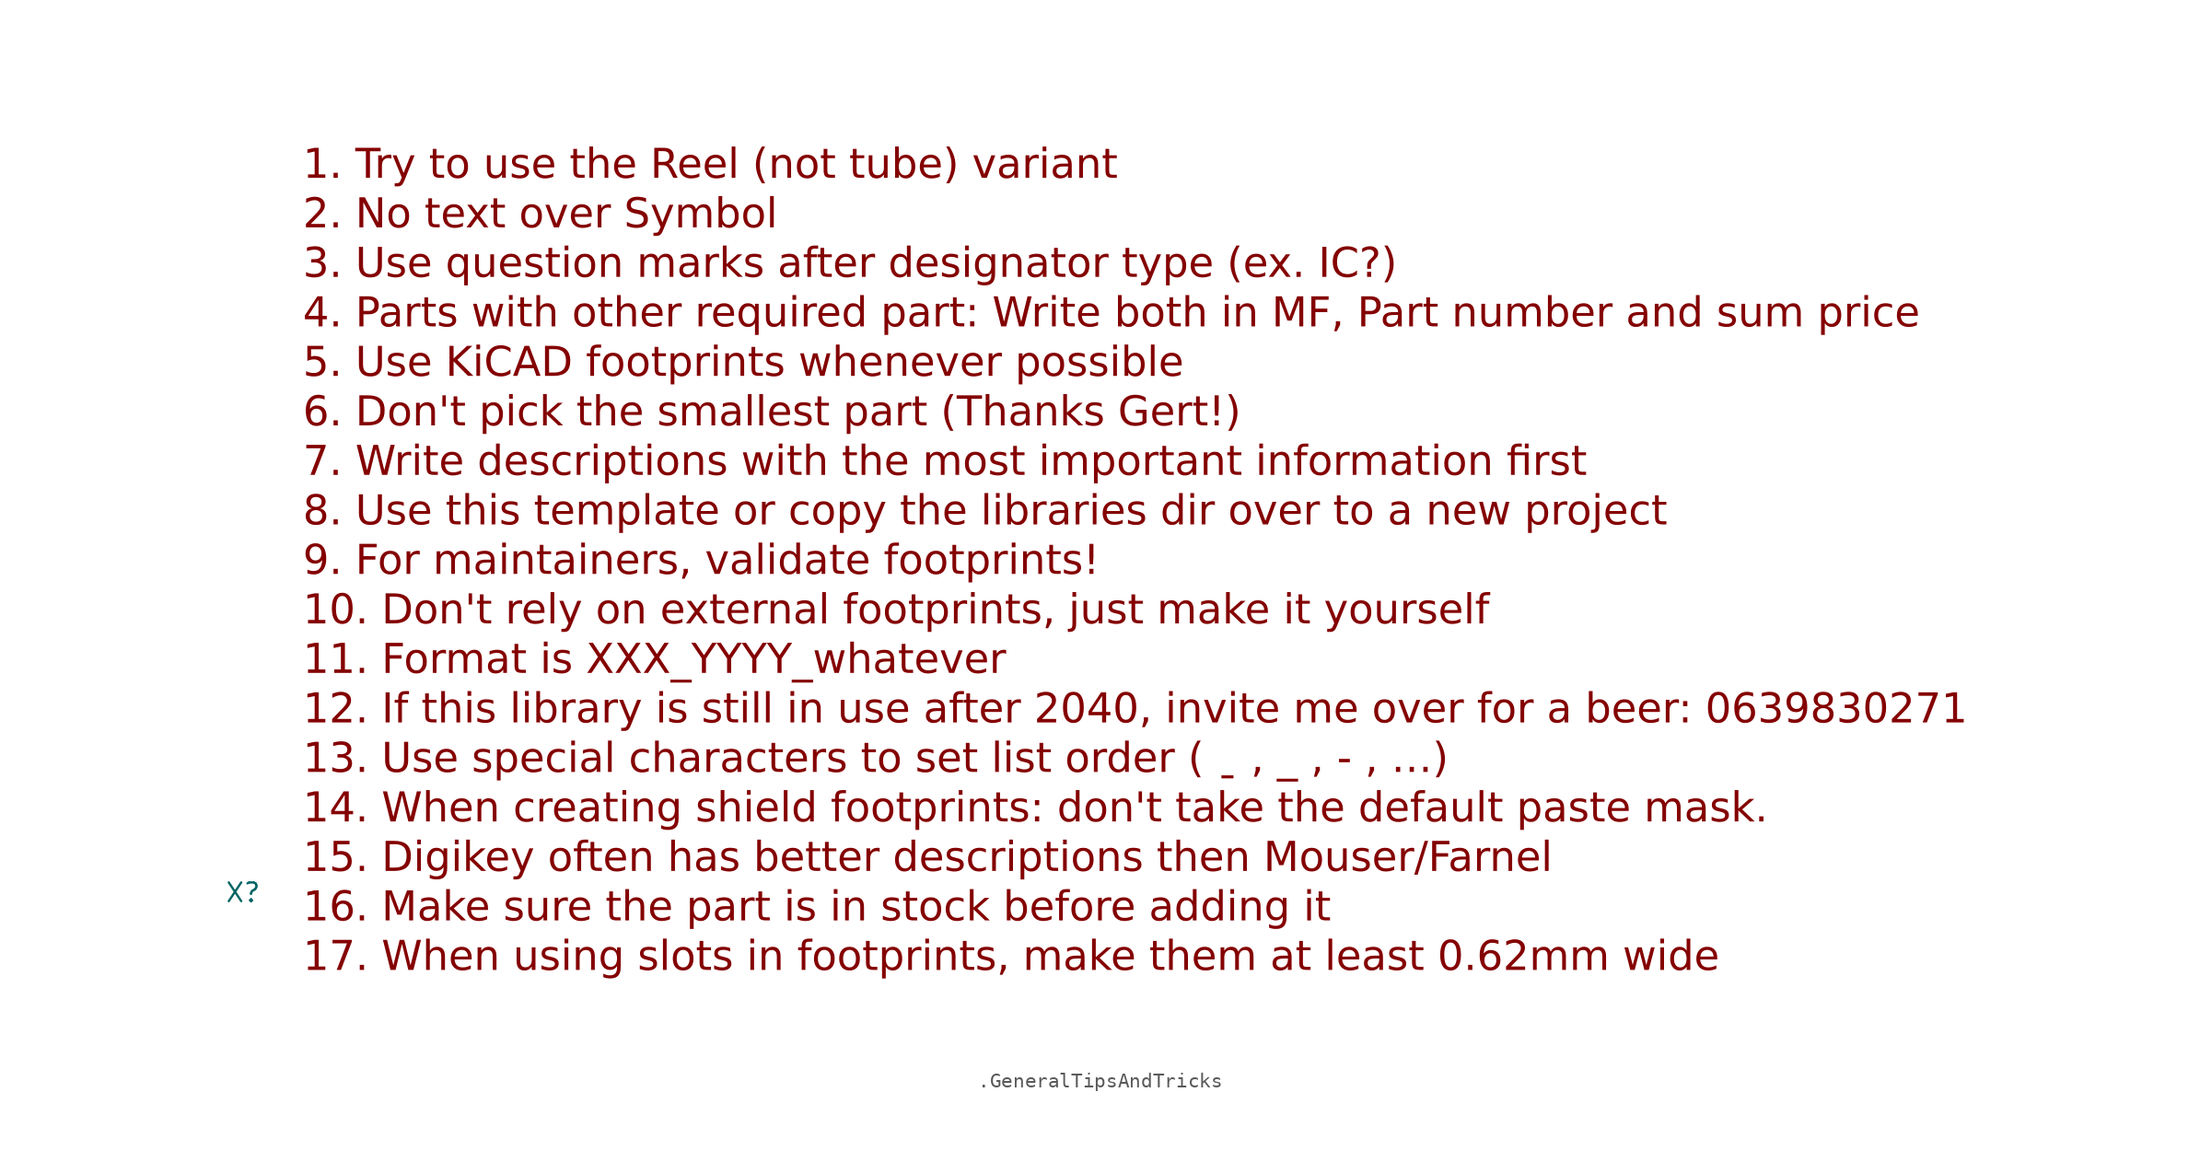
<source format=kicad_sym>
(kicad_symbol_lib
  (version 20231120)
  (generator "kicad_symbol_editor")
  (generator_version "8.0")
  (symbol ".GeneralTipsAndTricks"
    (pin_numbers hide)
    (pin_names
      (offset 0) hide)
    (property "Reference" "X"
      (at -4.064 5.842 0)
      (effects (font (size 1.27 1.27))))
    (property "Value" ""
      (at 0 0 0)
      (effects (font (size 1.27 1.27))))
    (symbol ".GeneralTipsAndTricks_1_1"
      (text "1. Try to use the Reel (not tube) variant\n2. No text over Symbol\n3. Use question marks after designator type (ex. IC?)\n4. Parts with other required part: Write both in MF, Part number and sum price\n5. Use KiCAD footprints whenever possible\n6. Don't pick the smallest part (Thanks Gert!)\n7. Write descriptions with the most important information first\n8. Use this template or copy the libraries dir over to a new project\n9. For maintainers, validate footprints!\n10. Don't rely on external footprints, just make it yourself\n11. Format is XXX_YYYY_whatever\n12. If this library is still in use after 2040, invite me over for a beer: 0639830271\n13. Use special characters to set list order ( ˍ , _ , - , …)\n14. When creating shield footprints: don't take the default paste mask.\n15. Digikey often has better descriptions then Mouser/Farnel\n16. Make sure the part is in stock before adding it\n17. When using slots in footprints, make them at least 0.62mm wide" (at 0 0.254 0) (effects (font (face "Arial") (size 2 2)) (justify left bottom))))))
</source>
